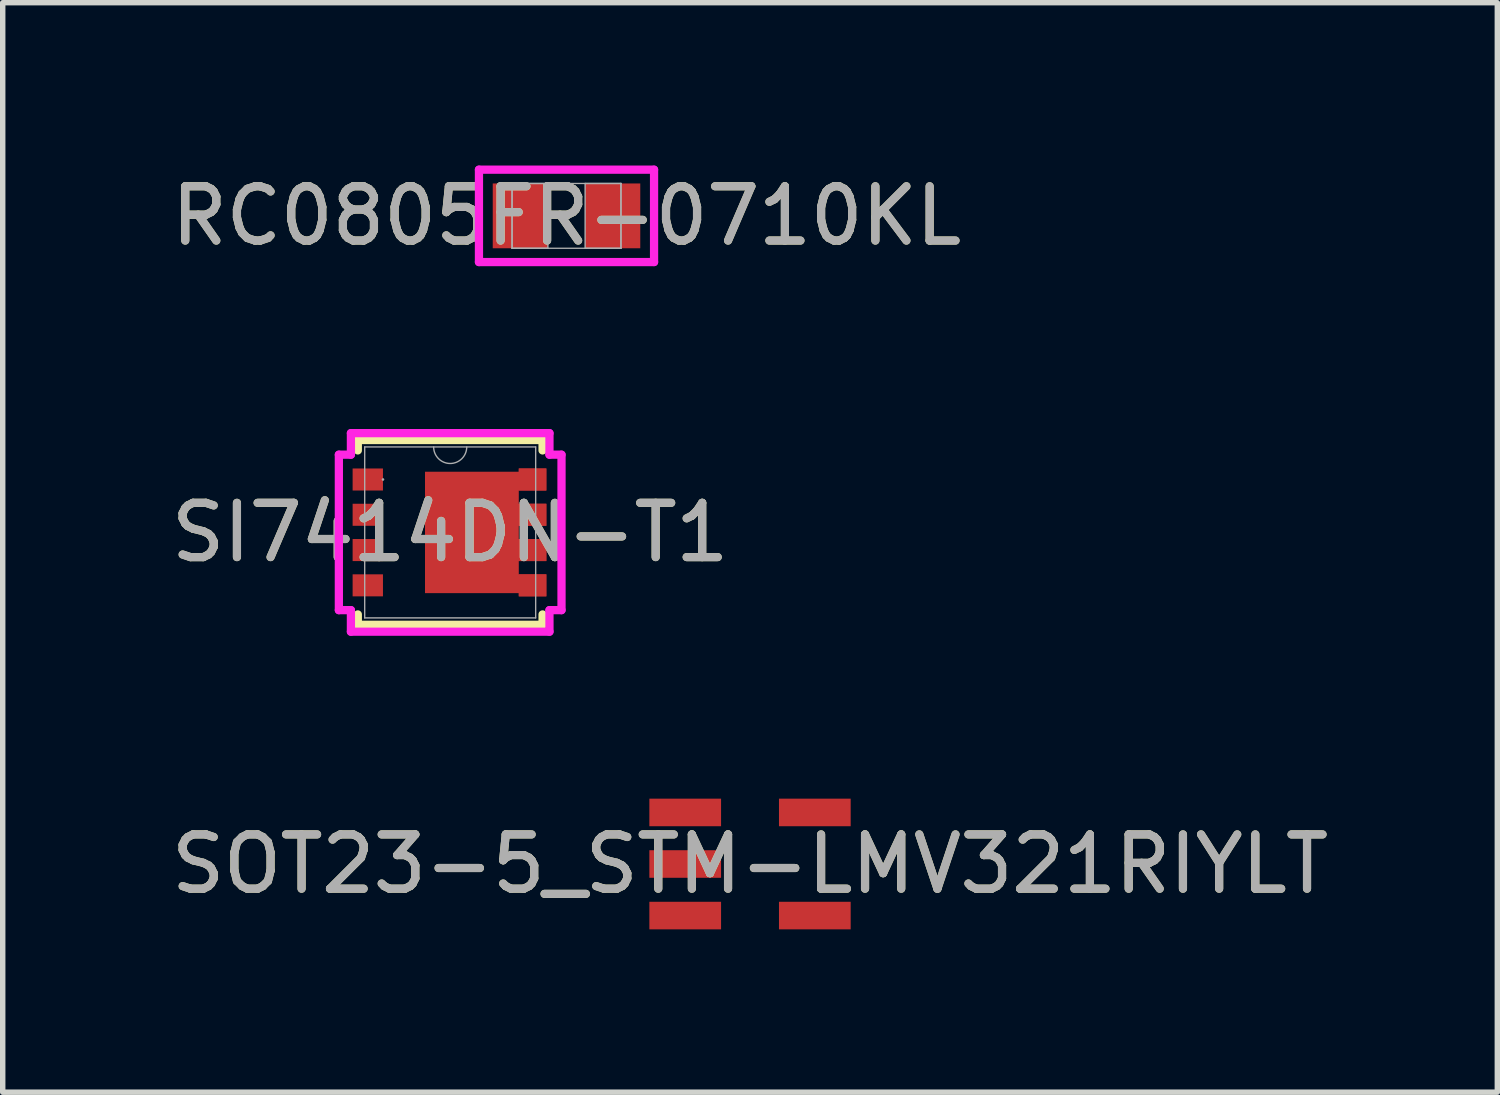
<source format=kicad_pcb>
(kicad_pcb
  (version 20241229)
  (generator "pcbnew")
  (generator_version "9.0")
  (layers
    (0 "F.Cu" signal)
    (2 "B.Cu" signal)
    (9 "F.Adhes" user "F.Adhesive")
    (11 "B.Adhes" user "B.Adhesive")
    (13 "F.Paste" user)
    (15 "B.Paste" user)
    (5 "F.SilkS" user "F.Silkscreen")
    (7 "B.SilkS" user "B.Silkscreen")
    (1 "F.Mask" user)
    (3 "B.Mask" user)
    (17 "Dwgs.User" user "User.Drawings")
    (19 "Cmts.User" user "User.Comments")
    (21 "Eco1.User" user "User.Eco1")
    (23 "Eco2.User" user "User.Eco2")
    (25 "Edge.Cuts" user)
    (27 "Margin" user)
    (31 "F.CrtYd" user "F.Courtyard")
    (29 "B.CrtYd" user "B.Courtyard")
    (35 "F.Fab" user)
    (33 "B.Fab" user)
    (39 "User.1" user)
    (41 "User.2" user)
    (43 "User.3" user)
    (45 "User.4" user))
  (footprint "RC0805FR-0710KL"
    (layer "F.Cu")
    (at 7.387 0.927)
    (property "Reference" "RC0805FR-0710KL" (at 0 0 0) (unlocked yes) (layer "F.SilkS") (effects (font (size 1 1) (thickness 0.15))))
    (attr smd)
    (fp_line (start -1.613 -0.851) (end 1.613 -0.851) (stroke (width 0.152) (type solid)) (layer "F.CrtYd"))
    (fp_line (start -1.613 0.851) (end -1.613 -0.851) (stroke (width 0.152) (type solid)) (layer "F.CrtYd"))
    (fp_line (start 1.613 -0.851) (end 1.613 0.851) (stroke (width 0.152) (type solid)) (layer "F.CrtYd"))
    (fp_line (start 1.613 0.851) (end -1.613 0.851) (stroke (width 0.152) (type solid)) (layer "F.CrtYd"))
    (fp_line (start -1.003 -0.597) (end -1.003 0.597) (stroke (width 0.025) (type solid)) (layer "F.Fab"))
    (fp_line (start -1.003 -0.597) (end -1.003 0.597) (stroke (width 0.025) (type solid)) (layer "F.Fab"))
    (fp_line (start -1.003 0.597) (end -0.343 0.597) (stroke (width 0.025) (type solid)) (layer "F.Fab"))
    (fp_line (start -1.003 0.597) (end 1.003 0.597) (stroke (width 0.025) (type solid)) (layer "F.Fab"))
    (fp_line (start -0.343 -0.597) (end -1.003 -0.597) (stroke (width 0.025) (type solid)) (layer "F.Fab"))
    (fp_line (start -0.343 0.597) (end -0.343 -0.597) (stroke (width 0.025) (type solid)) (layer "F.Fab"))
    (fp_line (start 0.343 -0.597) (end 0.343 0.597) (stroke (width 0.025) (type solid)) (layer "F.Fab"))
    (fp_line (start 0.343 0.597) (end 1.003 0.597) (stroke (width 0.025) (type solid)) (layer "F.Fab"))
    (fp_line (start 1.003 -0.597) (end -1.003 -0.597) (stroke (width 0.025) (type solid)) (layer "F.Fab"))
    (fp_line (start 1.003 -0.597) (end 0.343 -0.597) (stroke (width 0.025) (type solid)) (layer "F.Fab"))
    (fp_line (start 1.003 0.597) (end 1.003 -0.597) (stroke (width 0.025) (type solid)) (layer "F.Fab"))
    (fp_line (start 1.003 0.597) (end 1.003 -0.597) (stroke (width 0.025) (type solid)) (layer "F.Fab"))
    (fp_text user "${REFERENCE}" (at 0 0 0) (unlocked yes) (layer "F.Fab") (effects (font (size 1 1) (thickness 0.15))))
    (pad "1" smd rect (at -0.851 0) (size 1.016 1.194) (layers "F.Cu" "F.Mask" "F.Paste"))
    (pad "2" smd rect (at 0.851 0) (size 1.016 1.194) (layers "F.Cu" "F.Mask" "F.Paste"))
    (zone (net_name "") (layer "F.Cu") (hatch full 0.508) (connect_pads) (min_thickness 0.254) (filled_areas_thickness no) (keepout (tracks not_allowed) (vias not_allowed) (pads allowed) (copperpour not_allowed) (footprints allowed)) (placement (enabled no)) (fill) (polygon (pts (xy 7.095 0.381) (xy 7.679 0.381) (xy 7.679 1.473) (xy 7.095 1.473)))))
  (footprint "SOT23-5_STM-LMV321RIYLT"
    (layer "F.Cu")
    (at 10.768 12.868)
    (property "Reference" "SOT23-5_STM-LMV321RIYLT" (at 0 0 0) (unlocked yes) (layer "F.SilkS") (effects (font (size 1 1) (thickness 0.15))))
    (attr smd)
    (fp_text user "${REFERENCE}" (at 0 0 0) (unlocked yes) (layer "F.Fab") (effects (font (size 1 1) (thickness 0.15))))
    (pad "1" smd rect (at -1.194 -0.95) (size 1.321 0.508) (layers "F.Cu" "F.Mask" "F.Paste"))
    (pad "2" smd rect (at -1.194 0) (size 1.321 0.508) (layers "F.Cu" "F.Mask" "F.Paste"))
    (pad "3" smd rect (at -1.194 0.95) (size 1.321 0.508) (layers "F.Cu" "F.Mask" "F.Paste"))
    (pad "4" smd rect (at 1.194 0.95) (size 1.321 0.508) (layers "F.Cu" "F.Mask" "F.Paste"))
    (pad "5" smd rect (at 1.194 -0.95) (size 1.321 0.508) (layers "F.Cu" "F.Mask" "F.Paste")))
  (footprint "SI7414DN-T1"
    (layer "F.Cu")
    (at 5.244 6.759)
    (property "Reference" "SI7414DN-T1" (at 0 0 0) (unlocked yes) (layer "F.SilkS") (effects (font (size 1 1) (thickness 0.15))))
    (attr smd)
    (fp_poly (pts (xy -0.464 -1.118) (xy 1.263 -1.118) (xy 1.264 -1.178) (xy 1.772 -1.178) (xy 1.772 -0.772) (xy 1.264 -0.772) (xy 1.264 -0.528) (xy 1.772 -0.528) (xy 1.772 -0.122) (xy 1.264 -0.122) (xy 1.264 0.122) (xy 1.772 0.122) (xy 1.772 0.528) (xy 1.264 0.528) (xy 1.264 0.772) (xy 1.772 0.772) (xy 1.772 1.178) (xy 1.264 1.178) (xy 1.263 1.118) (xy -0.464 1.118)) (stroke (width 0) (type solid)) (fill yes) (layer "F.Cu"))
    (fp_poly (pts (xy -0.464 -1.118) (xy 1.263 -1.118) (xy 1.264 -1.178) (xy 1.772 -1.178) (xy 1.772 -0.772) (xy 1.264 -0.772) (xy 1.264 -0.528) (xy 1.772 -0.528) (xy 1.772 -0.122) (xy 1.264 -0.122) (xy 1.264 0.122) (xy 1.772 0.122) (xy 1.772 0.528) (xy 1.264 0.528) (xy 1.264 0.772) (xy 1.772 0.772) (xy 1.772 1.178) (xy 1.264 1.178) (xy 1.263 1.118) (xy -0.464 1.118)) (stroke (width 0) (type solid)) (fill yes) (layer "F.Mask"))
    (fp_line (start -1.702 -1.702) (end -1.702 -1.511) (stroke (width 0.152) (type solid)) (layer "F.SilkS"))
    (fp_line (start -1.702 1.511) (end -1.702 1.702) (stroke (width 0.152) (type solid)) (layer "F.SilkS"))
    (fp_line (start -1.702 1.702) (end 1.702 1.702) (stroke (width 0.152) (type solid)) (layer "F.SilkS"))
    (fp_line (start 1.702 -1.702) (end -1.702 -1.702) (stroke (width 0.152) (type solid)) (layer "F.SilkS"))
    (fp_line (start 1.702 -1.511) (end 1.702 -1.702) (stroke (width 0.152) (type solid)) (layer "F.SilkS"))
    (fp_line (start 1.702 1.702) (end 1.702 1.511) (stroke (width 0.152) (type solid)) (layer "F.SilkS"))
    (fp_poly (pts (xy 1.772 1.178) (xy 1.264 1.178) (xy 1.263 1.118) (xy -0.464 1.118) (xy -0.464 -1.118) (xy 1.263 -1.118) (xy 1.264 -1.178) (xy 1.772 -1.178) (xy 1.772 -0.772) (xy 1.264 -0.772) (xy 1.264 -0.528) (xy 1.772 -0.528) (xy 1.772 -0.122) (xy 1.264 -0.122) (xy 1.264 0.122) (xy 1.772 0.122) (xy 1.772 0.528) (xy 1.264 0.528) (xy 1.264 0.772) (xy 1.772 0.772)) (stroke (width 0) (type solid)) (fill yes) (layer "F.Paste"))
    (fp_line (start -2.051 -1.432) (end -1.829 -1.432) (stroke (width 0.152) (type solid)) (layer "F.CrtYd"))
    (fp_line (start -2.051 1.432) (end -2.051 -1.432) (stroke (width 0.152) (type solid)) (layer "F.CrtYd"))
    (fp_line (start -2.051 1.432) (end -1.829 1.432) (stroke (width 0.152) (type solid)) (layer "F.CrtYd"))
    (fp_line (start -1.829 -1.829) (end 1.829 -1.829) (stroke (width 0.152) (type solid)) (layer "F.CrtYd"))
    (fp_line (start -1.829 -1.432) (end -1.829 -1.829) (stroke (width 0.152) (type solid)) (layer "F.CrtYd"))
    (fp_line (start -1.829 1.829) (end -1.829 1.432) (stroke (width 0.152) (type solid)) (layer "F.CrtYd"))
    (fp_line (start 1.829 -1.829) (end 1.829 -1.432) (stroke (width 0.152) (type solid)) (layer "F.CrtYd"))
    (fp_line (start 1.829 1.432) (end 1.829 1.829) (stroke (width 0.152) (type solid)) (layer "F.CrtYd"))
    (fp_line (start 1.829 1.829) (end -1.829 1.829) (stroke (width 0.152) (type solid)) (layer "F.CrtYd"))
    (fp_line (start 2.051 -1.432) (end 1.829 -1.432) (stroke (width 0.152) (type solid)) (layer "F.CrtYd"))
    (fp_line (start 2.051 -1.432) (end 2.051 1.432) (stroke (width 0.152) (type solid)) (layer "F.CrtYd"))
    (fp_line (start 2.051 1.432) (end 1.829 1.432) (stroke (width 0.152) (type solid)) (layer "F.CrtYd"))
    (fp_line (start -1.575 -1.575) (end -1.575 1.575) (stroke (width 0.025) (type solid)) (layer "F.Fab"))
    (fp_line (start -1.575 1.575) (end 1.575 1.575) (stroke (width 0.025) (type solid)) (layer "F.Fab"))
    (fp_line (start 1.575 -1.575) (end -1.575 -1.575) (stroke (width 0.025) (type solid)) (layer "F.Fab"))
    (fp_line (start 1.575 1.575) (end 1.575 -1.575) (stroke (width 0.025) (type solid)) (layer "F.Fab"))
    (fp_arc (start 0.3048 -1.5748) (mid 0 -1.27) (end -0.3048 -1.5748) (stroke (width 0.0254) (type solid)) (layer "F.Fab"))
    (fp_circle (center -1.238 -0.975) (end -1.238 -0.975) (stroke (width 0.025) (type solid)) (fill no) (layer "F.Fab"))
    (fp_text user "${REFERENCE}" (at 0 0 0) (unlocked yes) (layer "F.Fab") (effects (font (size 1 1) (thickness 0.15))))
    (pad "1" smd rect (at -1.518 -0.975) (size 0.559 0.406) (layers "F.Cu" "F.Mask" "F.Paste"))
    (pad "2" smd rect (at -1.518 -0.325) (size 0.559 0.406) (layers "F.Cu" "F.Mask" "F.Paste"))
    (pad "3" smd rect (at -1.518 0.325) (size 0.559 0.406) (layers "F.Cu" "F.Mask" "F.Paste"))
    (pad "4" smd rect (at -1.518 0.975) (size 0.559 0.406) (layers "F.Cu" "F.Mask" "F.Paste"))
    (pad "5" smd rect (at 1.518 0.975) (size 0.508 0.406) (layers "F.Cu" "F.Mask" "F.Paste"))
    (pad "6" smd rect (at 1.518 0.325) (size 0.508 0.406) (layers "F.Cu" "F.Mask" "F.Paste"))
    (pad "7" smd rect (at 1.518 -0.325) (size 0.508 0.406) (layers "F.Cu" "F.Mask" "F.Paste"))
    (pad "8" smd rect (at 1.518 -0.975) (size 0.508 0.406) (layers "F.Cu" "F.Mask" "F.Paste")))
  (gr_rect
    (start -3 -3)
    (end 24.536 17.072)
    (stroke (width 0.1) (type default))
    (fill no)
    (layer "Edge.Cuts")))
</source>
